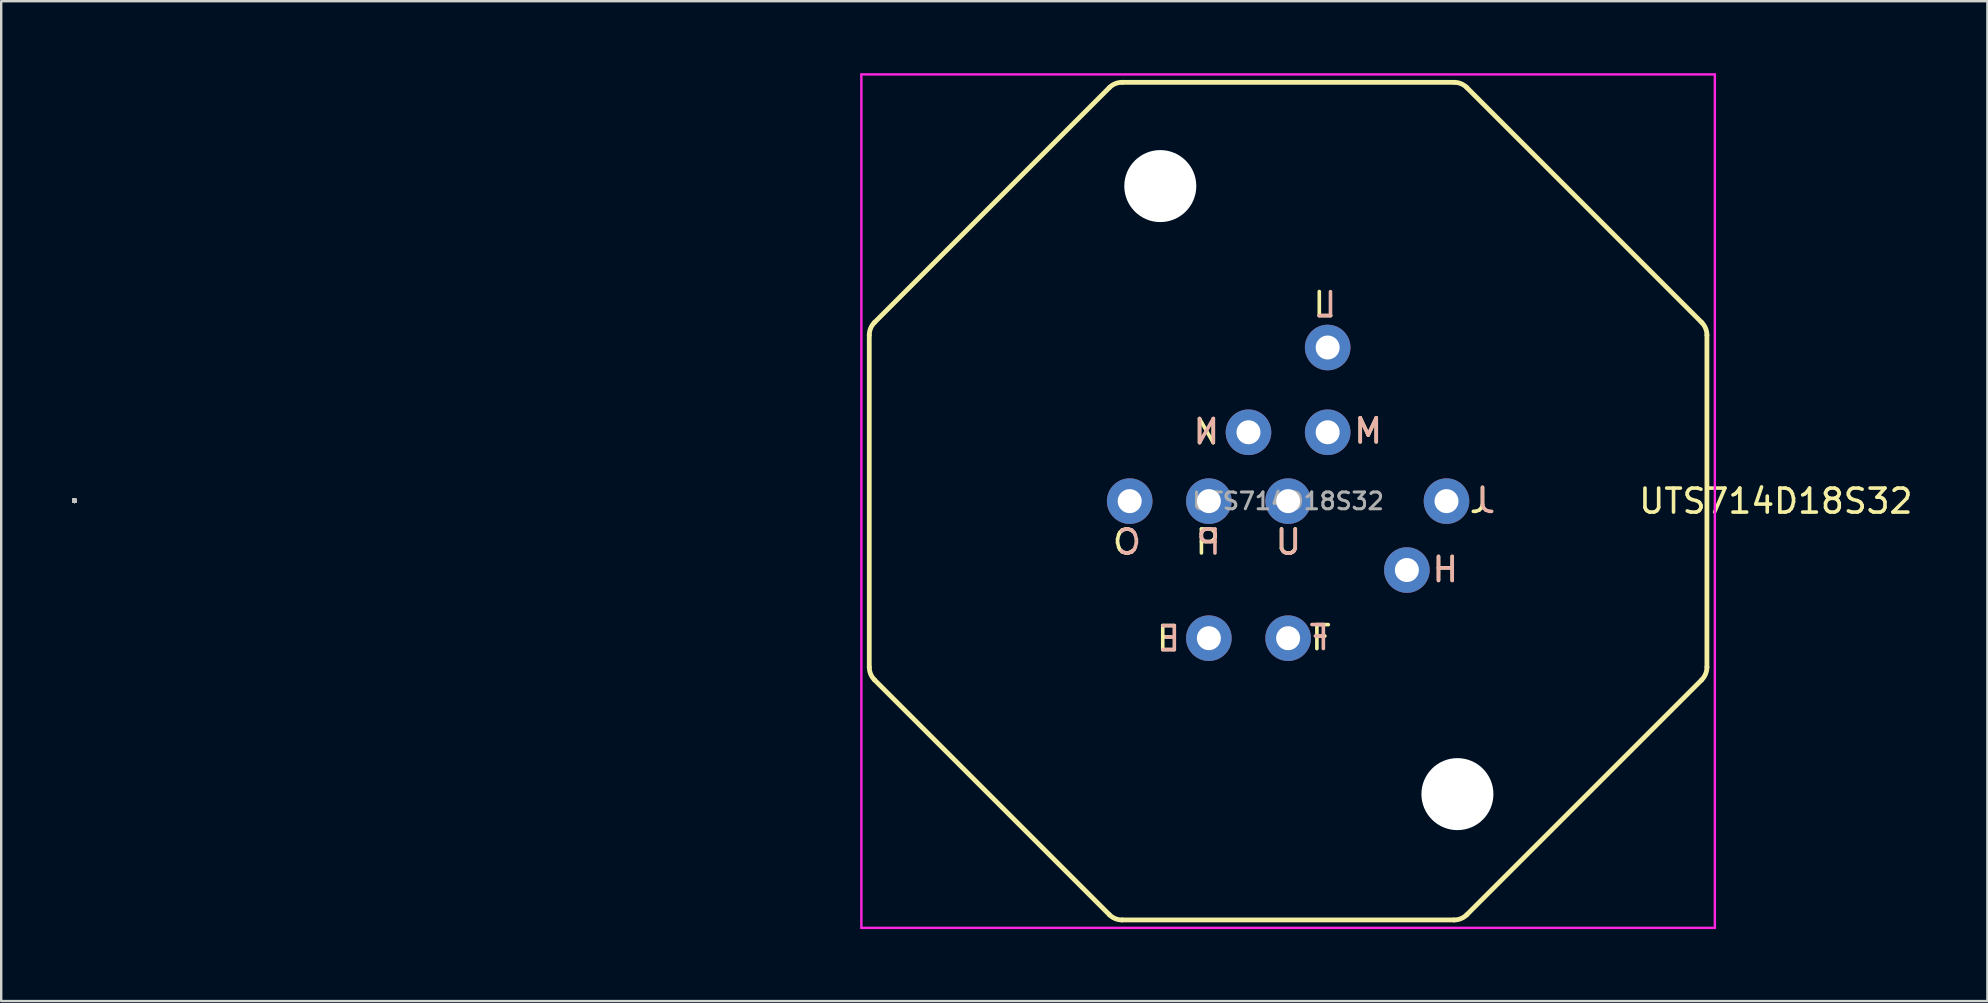
<source format=kicad_pcb>
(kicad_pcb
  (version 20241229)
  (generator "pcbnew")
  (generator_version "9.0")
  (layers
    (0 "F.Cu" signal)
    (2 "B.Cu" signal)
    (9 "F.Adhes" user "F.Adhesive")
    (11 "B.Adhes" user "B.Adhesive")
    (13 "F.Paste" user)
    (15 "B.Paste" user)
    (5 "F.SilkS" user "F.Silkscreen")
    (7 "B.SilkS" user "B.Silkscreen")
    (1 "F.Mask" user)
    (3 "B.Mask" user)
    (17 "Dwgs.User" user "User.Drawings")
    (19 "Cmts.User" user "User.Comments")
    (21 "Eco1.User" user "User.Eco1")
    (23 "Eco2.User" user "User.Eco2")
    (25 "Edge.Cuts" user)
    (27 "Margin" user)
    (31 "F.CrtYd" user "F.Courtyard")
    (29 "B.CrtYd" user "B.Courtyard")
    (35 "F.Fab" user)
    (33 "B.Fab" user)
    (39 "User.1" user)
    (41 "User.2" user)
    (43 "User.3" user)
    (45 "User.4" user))
  (footprint "UTS714D18S32"
    (layer "F.Cu")
    (at 50.619 17.83)
    (property "Reference" "UTS714D18S32" (at 20.32 0 0) (layer "F.SilkS") (effects (font (size 1 1) (thickness 0.15))))
    (attr through_hole)
    (fp_line (start -17.451 6.917) (end -17.451 -6.917) (stroke (width 0.2) (type solid)) (layer "F.SilkS"))
    (fp_line (start -17.231 -7.448) (end -7.448 -17.23) (stroke (width 0.2) (type solid)) (layer "F.SilkS"))
    (fp_line (start -7.448 17.23) (end -17.231 7.448) (stroke (width 0.2) (type solid)) (layer "F.SilkS"))
    (fp_line (start -6.918 -17.45) (end 6.917 -17.45) (stroke (width 0.2) (type solid)) (layer "F.SilkS"))
    (fp_line (start 6.917 17.45) (end -6.918 17.45) (stroke (width 0.2) (type solid)) (layer "F.SilkS"))
    (fp_line (start 7.447 -17.23) (end 17.23 -7.448) (stroke (width 0.2) (type solid)) (layer "F.SilkS"))
    (fp_line (start 17.23 7.448) (end 7.447 17.23) (stroke (width 0.2) (type solid)) (layer "F.SilkS"))
    (fp_line (start 17.449 -6.917) (end 17.449 6.917) (stroke (width 0.2) (type solid)) (layer "F.SilkS"))
    (fp_arc (start -17.450622 -6.917367) (mid -17.393531 -7.20438) (end -17.230951 -7.447697) (stroke (width 0.2) (type solid)) (layer "F.SilkS"))
    (fp_arc (start -17.230951 7.447696) (mid -17.393531 7.204379) (end -17.450621 6.917366) (stroke (width 0.2) (type solid)) (layer "F.SilkS"))
    (fp_arc (start -7.448317 -17.23033) (mid -7.205 -17.39291) (end -6.917987 -17.45) (stroke (width 0.2) (type solid)) (layer "F.SilkS"))
    (fp_arc (start -6.917988 17.450001) (mid -7.205001 17.39291) (end -7.448318 17.23033) (stroke (width 0.2) (type solid)) (layer "F.SilkS"))
    (fp_arc (start 6.916746 -17.45) (mid 7.203759 -17.39291) (end 7.447076 -17.23033) (stroke (width 0.2) (type solid)) (layer "F.SilkS"))
    (fp_arc (start 7.447076 17.23033) (mid 7.203759 17.39291) (end 6.916746 17.45) (stroke (width 0.2) (type solid)) (layer "F.SilkS"))
    (fp_arc (start 17.229709 -7.447696) (mid 17.392289 -7.204379) (end 17.449379 -6.917366) (stroke (width 0.2) (type solid)) (layer "F.SilkS"))
    (fp_arc (start 17.44938 6.917367) (mid 17.392289 7.20438) (end 17.229709 7.447697) (stroke (width 0.2) (type solid)) (layer "F.SilkS"))
    (fp_line (start -50.569 -0.02) (end -50.569 -0.02) (stroke (width 0.1) (type solid)) (layer "Dwgs.User"))
    (fp_line (start -50.569 -0.02) (end -50.569 -0.02) (stroke (width 0.1) (type solid)) (layer "Dwgs.User"))
    (fp_line (start -50.569 -0.02) (end -50.569 -0.02) (stroke (width 0.1) (type solid)) (layer "Dwgs.User"))
    (fp_line (start -50.569 -0.02) (end -50.569 -0.02) (stroke (width 0.1) (type solid)) (layer "Dwgs.User"))
    (fp_line (start -50.569 -0.02) (end -50.569 -0.02) (stroke (width 0.1) (type solid)) (layer "Dwgs.User"))
    (fp_arc (start -50.56886 -0.02032) (mid -50.56886 -0.02032) (end -50.56886 -0.02032) (stroke (width 0.1) (type solid)) (layer "Dwgs.User"))
    (fp_arc (start -50.56886 -0.02032) (mid -50.56886 -0.02032) (end -50.56886 -0.02032) (stroke (width 0.1) (type solid)) (layer "Dwgs.User"))
    (fp_arc (start -50.56886 -0.02032) (mid -50.56886 -0.02032) (end -50.56886 -0.02032) (stroke (width 0.1) (type solid)) (layer "Dwgs.User"))
    (fp_arc (start -50.56886 -0.02032) (mid -50.56886 -0.02032) (end -50.56886 -0.02032) (stroke (width 0.1) (type solid)) (layer "Dwgs.User"))
    (fp_arc (start -50.56886 -0.02032) (mid -50.56886 -0.02032) (end -50.56886 -0.02032) (stroke (width 0.1) (type solid)) (layer "Dwgs.User"))
    (fp_arc (start -50.56886 -0.02032) (mid -50.56886 -0.02032) (end -50.56886 -0.02032) (stroke (width 0.1) (type solid)) (layer "Dwgs.User"))
    (fp_arc (start -50.56886 -0.02032) (mid -50.56886 -0.02032) (end -50.56886 -0.02032) (stroke (width 0.1) (type solid)) (layer "Dwgs.User"))
    (fp_arc (start -50.56886 -0.02032) (mid -50.56886 -0.02032) (end -50.56886 -0.02032) (stroke (width 0.1) (type solid)) (layer "Dwgs.User"))
    (fp_arc (start -50.56886 -0.02032) (mid -50.56886 -0.02032) (end -50.56886 -0.02032) (stroke (width 0.1) (type solid)) (layer "Dwgs.User"))
    (fp_arc (start -50.56886 -0.02032) (mid -50.56886 -0.02032) (end -50.56886 -0.02032) (stroke (width 0.1) (type solid)) (layer "Dwgs.User"))
    (fp_arc (start -50.56886 -0.02032) (mid -50.56886 -0.02032) (end -50.56886 -0.02032) (stroke (width 0.1) (type solid)) (layer "Dwgs.User"))
    (fp_arc (start -50.56886 -0.02032) (mid -50.56886 -0.02032) (end -50.56886 -0.02032) (stroke (width 0.1) (type solid)) (layer "Dwgs.User"))
    (fp_arc (start -50.56886 -0.02032) (mid -50.56886 -0.02032) (end -50.56886 -0.02032) (stroke (width 0.1) (type solid)) (layer "Dwgs.User"))
    (fp_arc (start -50.56886 -0.02032) (mid -50.56886 -0.02032) (end -50.56886 -0.02032) (stroke (width 0.1) (type solid)) (layer "Dwgs.User"))
    (fp_arc (start -50.56886 -0.02032) (mid -50.56886 -0.02032) (end -50.56886 -0.02032) (stroke (width 0.1) (type solid)) (layer "Dwgs.User"))
    (fp_arc (start -50.56886 -0.02032) (mid -50.56886 -0.02032) (end -50.56886 -0.02032) (stroke (width 0.1) (type solid)) (layer "Dwgs.User"))
    (fp_arc (start -50.56886 -0.02032) (mid -50.56886 -0.02032) (end -50.56886 -0.02032) (stroke (width 0.1) (type solid)) (layer "Dwgs.User"))
    (fp_arc (start -50.56886 -0.02032) (mid -50.56886 -0.02032) (end -50.56886 -0.02032) (stroke (width 0.1) (type solid)) (layer "Dwgs.User"))
    (fp_arc (start -50.56886 -0.02032) (mid -50.56886 -0.02032) (end -50.56886 -0.02032) (stroke (width 0.1) (type solid)) (layer "Dwgs.User"))
    (fp_arc (start -50.56886 -0.02032) (mid -50.56886 -0.02032) (end -50.56886 -0.02032) (stroke (width 0.1) (type solid)) (layer "Dwgs.User"))
    (fp_arc (start -50.56886 -0.02032) (mid -50.56886 -0.02032) (end -50.56886 -0.02032) (stroke (width 0.1) (type solid)) (layer "Dwgs.User"))
    (fp_arc (start -50.56886 -0.02032) (mid -50.56886 -0.02032) (end -50.56886 -0.02032) (stroke (width 0.1) (type solid)) (layer "Dwgs.User"))
    (fp_arc (start -50.56886 -0.02032) (mid -50.56886 -0.02032) (end -50.56886 -0.02032) (stroke (width 0.1) (type solid)) (layer "Dwgs.User"))
    (fp_arc (start -50.56886 -0.02032) (mid -50.56886 -0.02032) (end -50.56886 -0.02032) (stroke (width 0.1) (type solid)) (layer "Dwgs.User"))
    (fp_arc (start -50.56886 -0.02032) (mid -50.56886 -0.02032) (end -50.56886 -0.02032) (stroke (width 0.1) (type solid)) (layer "Dwgs.User"))
    (fp_arc (start -50.56886 -0.02032) (mid -50.56886 -0.02032) (end -50.56886 -0.02032) (stroke (width 0.1) (type solid)) (layer "Dwgs.User"))
    (fp_arc (start -50.56886 -0.02032) (mid -50.56886 -0.02032) (end -50.56886 -0.02032) (stroke (width 0.1) (type solid)) (layer "Dwgs.User"))
    (fp_arc (start -50.56886 -0.02032) (mid -50.56886 -0.02032) (end -50.56886 -0.02032) (stroke (width 0.1) (type solid)) (layer "Dwgs.User"))
    (fp_arc (start -50.56886 -0.02032) (mid -50.56886 -0.02032) (end -50.56886 -0.02032) (stroke (width 0.1) (type solid)) (layer "Dwgs.User"))
    (fp_arc (start -50.56886 -0.02032) (mid -50.56886 -0.02032) (end -50.56886 -0.02032) (stroke (width 0.1) (type solid)) (layer "Dwgs.User"))
    (fp_arc (start -50.56886 -0.02032) (mid -50.56886 -0.02032) (end -50.56886 -0.02032) (stroke (width 0.1) (type solid)) (layer "Dwgs.User"))
    (fp_arc (start -50.56886 -0.02032) (mid -50.56886 -0.02032) (end -50.56886 -0.02032) (stroke (width 0.1) (type solid)) (layer "Dwgs.User"))
    (fp_arc (start -50.56886 -0.02032) (mid -50.56886 -0.02032) (end -50.56886 -0.02032) (stroke (width 0.1) (type solid)) (layer "Dwgs.User"))
    (fp_arc (start -50.56886 -0.02032) (mid -50.56886 -0.02032) (end -50.56886 -0.02032) (stroke (width 0.1) (type solid)) (layer "Dwgs.User"))
    (fp_arc (start -50.56886 -0.02032) (mid -50.56886 -0.02032) (end -50.56886 -0.02032) (stroke (width 0.1) (type solid)) (layer "Dwgs.User"))
    (fp_arc (start -50.56886 -0.02032) (mid -50.56886 -0.02032) (end -50.56886 -0.02032) (stroke (width 0.1) (type solid)) (layer "Dwgs.User"))
    (fp_arc (start -50.56886 -0.02032) (mid -50.56886 -0.02032) (end -50.56886 -0.02032) (stroke (width 0.1) (type solid)) (layer "Dwgs.User"))
    (fp_arc (start -50.56886 -0.02032) (mid -50.56886 -0.02032) (end -50.56886 -0.02032) (stroke (width 0.1) (type solid)) (layer "Dwgs.User"))
    (fp_arc (start -50.56886 -0.02032) (mid -50.56886 -0.02032) (end -50.56886 -0.02032) (stroke (width 0.1) (type solid)) (layer "Dwgs.User"))
    (fp_arc (start -50.56886 -0.02032) (mid -50.56886 -0.02032) (end -50.56886 -0.02032) (stroke (width 0.1) (type solid)) (layer "Dwgs.User"))
    (fp_arc (start -50.56886 -0.02032) (mid -50.56886 -0.02032) (end -50.56886 -0.02032) (stroke (width 0.1) (type solid)) (layer "Dwgs.User"))
    (fp_arc (start -50.56886 -0.02032) (mid -50.56886 -0.02032) (end -50.56886 -0.02032) (stroke (width 0.1) (type solid)) (layer "Dwgs.User"))
    (fp_arc (start -50.56886 -0.02032) (mid -50.56886 -0.02032) (end -50.56886 -0.02032) (stroke (width 0.1) (type solid)) (layer "Dwgs.User"))
    (fp_arc (start -50.56886 -0.02032) (mid -50.56886 -0.02032) (end -50.56886 -0.02032) (stroke (width 0.1) (type solid)) (layer "Dwgs.User"))
    (fp_arc (start -50.56886 -0.02032) (mid -50.56886 -0.02032) (end -50.56886 -0.02032) (stroke (width 0.1) (type solid)) (layer "Dwgs.User"))
    (fp_arc (start -50.56886 -0.02032) (mid -50.56886 -0.02032) (end -50.56886 -0.02032) (stroke (width 0.1) (type solid)) (layer "Dwgs.User"))
    (fp_arc (start -50.56886 -0.02032) (mid -50.56886 -0.02032) (end -50.56886 -0.02032) (stroke (width 0.1) (type solid)) (layer "Dwgs.User"))
    (fp_arc (start -50.56886 -0.02032) (mid -50.56886 -0.02032) (end -50.56886 -0.02032) (stroke (width 0.1) (type solid)) (layer "Dwgs.User"))
    (fp_arc (start -50.56886 -0.02032) (mid -50.56886 -0.02032) (end -50.56886 -0.02032) (stroke (width 0.1) (type solid)) (layer "Dwgs.User"))
    (fp_arc (start -50.56886 -0.02032) (mid -50.56886 -0.02032) (end -50.56886 -0.02032) (stroke (width 0.1) (type solid)) (layer "Dwgs.User"))
    (fp_arc (start -50.56886 -0.02032) (mid -50.56886 -0.02032) (end -50.56886 -0.02032) (stroke (width 0.1) (type solid)) (layer "Dwgs.User"))
    (fp_arc (start -50.56886 -0.02032) (mid -50.56886 -0.02032) (end -50.56886 -0.02032) (stroke (width 0.1) (type solid)) (layer "Dwgs.User"))
    (fp_arc (start -50.56886 -0.02032) (mid -50.56886 -0.02032) (end -50.56886 -0.02032) (stroke (width 0.1) (type solid)) (layer "Dwgs.User"))
    (fp_arc (start -50.56886 -0.02032) (mid -50.56886 -0.02032) (end -50.56886 -0.02032) (stroke (width 0.1) (type solid)) (layer "Dwgs.User"))
    (fp_arc (start -50.56886 -0.02032) (mid -50.56886 -0.02032) (end -50.56886 -0.02032) (stroke (width 0.1) (type solid)) (layer "Dwgs.User"))
    (fp_arc (start -50.56886 -0.02032) (mid -50.56886 -0.02032) (end -50.56886 -0.02032) (stroke (width 0.1) (type solid)) (layer "Dwgs.User"))
    (fp_arc (start -50.56886 -0.02032) (mid -50.56886 -0.02032) (end -50.56886 -0.02032) (stroke (width 0.1) (type solid)) (layer "Dwgs.User"))
    (fp_arc (start -50.56886 -0.02032) (mid -50.56886 -0.02032) (end -50.56886 -0.02032) (stroke (width 0.1) (type solid)) (layer "Dwgs.User"))
    (fp_arc (start -50.56886 -0.02032) (mid -50.56886 -0.02032) (end -50.56886 -0.02032) (stroke (width 0.1) (type solid)) (layer "Dwgs.User"))
    (fp_arc (start -50.56886 -0.02032) (mid -50.56886 -0.02032) (end -50.56886 -0.02032) (stroke (width 0.1) (type solid)) (layer "Dwgs.User"))
    (fp_arc (start -50.56886 -0.02032) (mid -50.56886 -0.02032) (end -50.56886 -0.02032) (stroke (width 0.1) (type solid)) (layer "Dwgs.User"))
    (fp_arc (start -50.56886 -0.02032) (mid -50.56886 -0.02032) (end -50.56886 -0.02032) (stroke (width 0.1) (type solid)) (layer "Dwgs.User"))
    (fp_arc (start -50.56886 -0.02032) (mid -50.56886 -0.02032) (end -50.56886 -0.02032) (stroke (width 0.1) (type solid)) (layer "Dwgs.User"))
    (fp_arc (start -50.56886 -0.02032) (mid -50.56886 -0.02032) (end -50.56886 -0.02032) (stroke (width 0.1) (type solid)) (layer "Dwgs.User"))
    (fp_arc (start -50.56886 -0.02032) (mid -50.56886 -0.02032) (end -50.56886 -0.02032) (stroke (width 0.1) (type solid)) (layer "Dwgs.User"))
    (fp_arc (start -50.56886 -0.02032) (mid -50.56886 -0.02032) (end -50.56886 -0.02032) (stroke (width 0.1) (type solid)) (layer "Dwgs.User"))
    (fp_arc (start -50.56886 -0.02032) (mid -50.56886 -0.02032) (end -50.56886 -0.02032) (stroke (width 0.1) (type solid)) (layer "Dwgs.User"))
    (fp_arc (start -50.56886 -0.02032) (mid -50.56886 -0.02032) (end -50.56886 -0.02032) (stroke (width 0.1) (type solid)) (layer "Dwgs.User"))
    (fp_arc (start -50.56886 -0.02032) (mid -50.56886 -0.02032) (end -50.56886 -0.02032) (stroke (width 0.1) (type solid)) (layer "Dwgs.User"))
    (fp_arc (start -50.56886 -0.02032) (mid -50.56886 -0.02032) (end -50.56886 -0.02032) (stroke (width 0.1) (type solid)) (layer "Dwgs.User"))
    (fp_arc (start -50.56886 -0.02032) (mid -50.56886 -0.02032) (end -50.56886 -0.02032) (stroke (width 0.1) (type solid)) (layer "Dwgs.User"))
    (fp_arc (start -50.56886 -0.02032) (mid -50.56886 -0.02032) (end -50.56886 -0.02032) (stroke (width 0.1) (type solid)) (layer "Dwgs.User"))
    (fp_arc (start -50.56886 -0.02032) (mid -50.56886 -0.02032) (end -50.56886 -0.02032) (stroke (width 0.1) (type solid)) (layer "Dwgs.User"))
    (fp_arc (start -50.56886 -0.02032) (mid -50.56886 -0.02032) (end -50.56886 -0.02032) (stroke (width 0.1) (type solid)) (layer "Dwgs.User"))
    (fp_arc (start -50.56886 -0.02032) (mid -50.56886 -0.02032) (end -50.56886 -0.02032) (stroke (width 0.1) (type solid)) (layer "Dwgs.User"))
    (fp_arc (start -50.56886 -0.02032) (mid -50.56886 -0.02032) (end -50.56886 -0.02032) (stroke (width 0.1) (type solid)) (layer "Dwgs.User"))
    (fp_arc (start -50.56886 -0.02032) (mid -50.56886 -0.02032) (end -50.56886 -0.02032) (stroke (width 0.1) (type solid)) (layer "Dwgs.User"))
    (fp_arc (start -50.56886 -0.02032) (mid -50.56886 -0.02032) (end -50.56886 -0.02032) (stroke (width 0.1) (type solid)) (layer "Dwgs.User"))
    (fp_arc (start -50.56886 -0.02032) (mid -50.56886 -0.02032) (end -50.56886 -0.02032) (stroke (width 0.1) (type solid)) (layer "Dwgs.User"))
    (fp_arc (start -50.56886 -0.02032) (mid -50.56886 -0.02032) (end -50.56886 -0.02032) (stroke (width 0.1) (type solid)) (layer "Dwgs.User"))
    (fp_arc (start -50.56886 -0.02032) (mid -50.56886 -0.02032) (end -50.56886 -0.02032) (stroke (width 0.1) (type solid)) (layer "Dwgs.User"))
    (fp_arc (start -50.56886 -0.02032) (mid -50.56886 -0.02032) (end -50.56886 -0.02032) (stroke (width 0.1) (type solid)) (layer "Dwgs.User"))
    (fp_arc (start -50.56886 -0.02032) (mid -50.56886 -0.02032) (end -50.56886 -0.02032) (stroke (width 0.1) (type solid)) (layer "Dwgs.User"))
    (fp_arc (start -50.56886 -0.02032) (mid -50.56886 -0.02032) (end -50.56886 -0.02032) (stroke (width 0.1) (type solid)) (layer "Dwgs.User"))
    (fp_arc (start -50.56886 -0.02032) (mid -50.56886 -0.02032) (end -50.56886 -0.02032) (stroke (width 0.1) (type solid)) (layer "Dwgs.User"))
    (fp_arc (start -50.56886 -0.02032) (mid -50.56886 -0.02032) (end -50.56886 -0.02032) (stroke (width 0.1) (type solid)) (layer "Dwgs.User"))
    (fp_arc (start -50.56886 -0.02032) (mid -50.56886 -0.02032) (end -50.56886 -0.02032) (stroke (width 0.1) (type solid)) (layer "Dwgs.User"))
    (fp_arc (start -50.56886 -0.02032) (mid -50.56886 -0.02032) (end -50.56886 -0.02032) (stroke (width 0.1) (type solid)) (layer "Dwgs.User"))
    (fp_arc (start -50.56886 -0.02032) (mid -50.56886 -0.02032) (end -50.56886 -0.02032) (stroke (width 0.1) (type solid)) (layer "Dwgs.User"))
    (fp_line (start -17.78 -17.78) (end -17.78 17.78) (stroke (width 0.1) (type solid)) (layer "F.CrtYd"))
    (fp_line (start -17.78 17.78) (end 17.78 17.78) (stroke (width 0.1) (type solid)) (layer "F.CrtYd"))
    (fp_line (start 17.78 -17.78) (end -17.78 -17.78) (stroke (width 0.1) (type solid)) (layer "F.CrtYd"))
    (fp_line (start 17.78 17.78) (end 17.78 -17.78) (stroke (width 0.1) (type solid)) (layer "F.CrtYd"))
    (fp_text user "N" (at -3.406 -2.893 0) (layer "F.SilkS") (effects (font (size 1 1) (thickness 0.15))))
    (fp_text user "J" (at 7.955 -0.03 0) (layer "F.SilkS") (effects (font (size 1 1) (thickness 0.15))))
    (fp_text user "H" (at 6.551 2.847 0) (layer "F.SilkS") (effects (font (size 1 1) (thickness 0.15))))
    (fp_text user "C" (at -6.797 1.702 0) (layer "F.SilkS") (effects (font (size 1 1) (thickness 0.15))))
    (fp_text user "F" (at 1.389 5.69 0) (layer "F.SilkS") (effects (font (size 1 1) (thickness 0.15))))
    (fp_text user "P" (at -3.35 1.704 0) (layer "F.SilkS") (effects (font (size 1 1) (thickness 0.15))))
    (fp_text user "M" (at 3.34 -2.926 0) (layer "F.SilkS") (effects (font (size 1 1) (thickness 0.15))))
    (fp_text user "E" (at -5.009 5.728 0) (layer "F.SilkS") (effects (font (size 1 1) (thickness 0.15))))
    (fp_text user "L" (at 1.466 -8.189 0) (layer "F.SilkS") (effects (font (size 1 1) (thickness 0.15))))
    (fp_text user "U" (at 0.01 1.699 0) (layer "F.SilkS") (effects (font (size 1 1) (thickness 0.15))))
    (fp_text user "E" (at -4.956 5.73 0) (layer "B.SilkS") (effects (font (size 1 1) (thickness 0.15)) (justify mirror)))
    (fp_text user "P" (at -3.31 1.707 0) (layer "B.SilkS") (effects (font (size 1 1) (thickness 0.15)) (justify mirror)))
    (fp_text user "H" (at 6.551 2.85 0) (layer "B.SilkS") (effects (font (size 1 1) (thickness 0.15)) (justify mirror)))
    (fp_text user "U" (at 0.013 1.707 0) (layer "B.SilkS") (effects (font (size 1 1) (thickness 0.15)) (justify mirror)))
    (fp_text user "M" (at 3.335 -2.926 0) (layer "B.SilkS") (effects (font (size 1 1) (thickness 0.15)) (justify mirror)))
    (fp_text user "N" (at -3.401 -2.896 0) (layer "B.SilkS") (effects (font (size 1 1) (thickness 0.15)) (justify mirror)))
    (fp_text user "J" (at 8.242 -0.03 0) (layer "B.SilkS") (effects (font (size 1 1) (thickness 0.15)) (justify mirror)))
    (fp_text user "F" (at 1.278 5.685 0) (layer "B.SilkS") (effects (font (size 1 1) (thickness 0.15)) (justify mirror)))
    (fp_text user "L" (at 1.598 -8.184 0) (layer "B.SilkS") (effects (font (size 1 1) (thickness 0.15)) (justify mirror)))
    (fp_text user "C" (at -6.632 1.707 0) (layer "B.SilkS") (effects (font (size 1 1) (thickness 0.15)) (justify mirror)))
    (fp_text user "${REFERENCE}" (at 0 0 0) (layer "F.Fab") (effects (font (size 0.7 0.7) (thickness 0.125))))
    (pad "" np_thru_hole circle (at -5.326 -13.127) (size 3 3) (drill 3) (layers "*.Cu" "*.Mask"))
    (pad "" np_thru_hole circle (at 7.054 12.207) (size 3 3) (drill 3) (layers "*.Cu" "*.Mask"))
    (pad "C" thru_hole circle (at -6.601 0) (size 1.9 1.9) (drill 1) (layers "*.Cu" "*.Mask"))
    (pad "E" thru_hole circle (at -3.302 5.71) (size 1.9 1.9) (drill 1) (layers "*.Cu" "*.Mask"))
    (pad "F" thru_hole circle (at 0 5.71) (size 1.9 1.9) (drill 1) (layers "*.Cu" "*.Mask"))
    (pad "H" thru_hole circle (at 4.948 2.87) (size 1.9 1.9) (drill 1) (layers "*.Cu" "*.Mask"))
    (pad "J" thru_hole circle (at 6.599 0) (size 1.9 1.9) (drill 1) (layers "*.Cu" "*.Mask"))
    (pad "L" thru_hole circle (at 1.648 -6.401) (size 1.9 1.9) (drill 1) (layers "*.Cu" "*.Mask"))
    (pad "M" thru_hole circle (at 1.648 -2.87) (size 1.9 1.9) (drill 1) (layers "*.Cu" "*.Mask"))
    (pad "N" thru_hole circle (at -1.651 -2.87) (size 1.9 1.9) (drill 1) (layers "*.Cu" "*.Mask"))
    (pad "P" thru_hole circle (at -3.302 0) (size 1.9 1.9) (drill 1) (layers "*.Cu" "*.Mask"))
    (pad "U" thru_hole circle (at 0 0) (size 1.9 1.9) (drill 1) (layers "*.Cu" "*.Mask")))
  (gr_rect
    (start -3 -3)
    (end 79.754 38.66)
    (stroke (width 0.1) (type default))
    (fill no)
    (layer "Edge.Cuts")))
</source>
